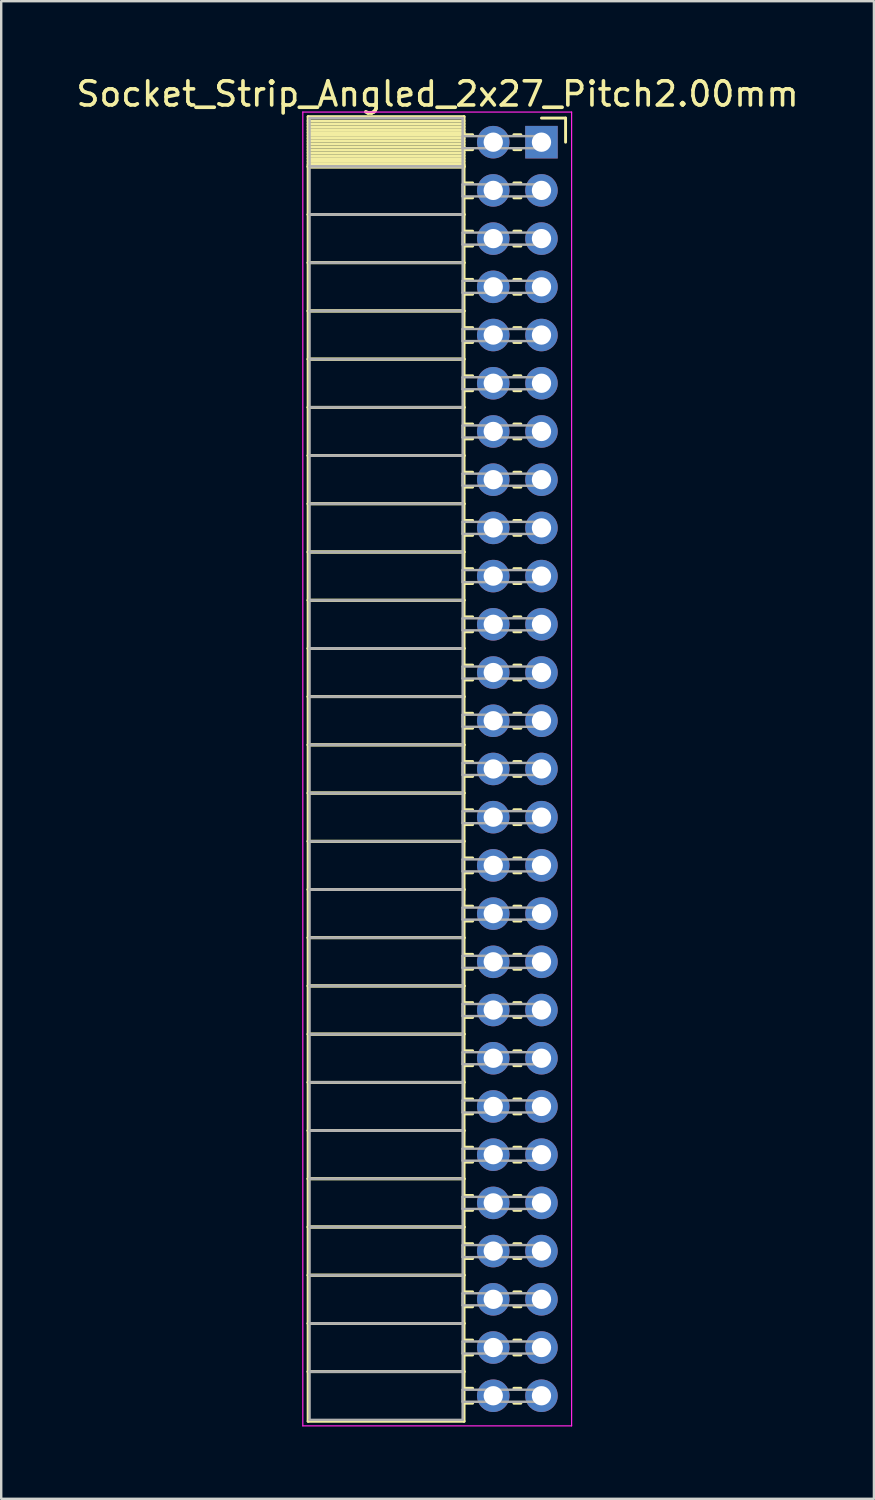
<source format=kicad_pcb>
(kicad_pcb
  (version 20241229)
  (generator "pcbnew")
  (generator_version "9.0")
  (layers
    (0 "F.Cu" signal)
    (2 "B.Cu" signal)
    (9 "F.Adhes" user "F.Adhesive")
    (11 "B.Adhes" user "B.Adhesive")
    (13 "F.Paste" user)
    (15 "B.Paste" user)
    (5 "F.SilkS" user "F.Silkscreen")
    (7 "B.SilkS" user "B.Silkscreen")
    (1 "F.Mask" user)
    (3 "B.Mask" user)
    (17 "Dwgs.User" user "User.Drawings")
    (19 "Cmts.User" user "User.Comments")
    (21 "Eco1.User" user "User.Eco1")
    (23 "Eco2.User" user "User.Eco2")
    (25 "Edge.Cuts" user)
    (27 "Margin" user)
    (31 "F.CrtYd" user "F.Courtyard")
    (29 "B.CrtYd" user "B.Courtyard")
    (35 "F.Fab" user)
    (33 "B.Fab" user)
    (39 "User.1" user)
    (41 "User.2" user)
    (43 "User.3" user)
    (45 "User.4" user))
  (footprint "Socket_Strip_Angled_2x27_Pitch2.00mm"
    (layer "F.Cu")
    (at 19.411 2.848)
    (property "Reference" "Socket_Strip_Angled_2x27_Pitch2.00mm" (at -4.31 -2 0) (layer "F.SilkS") (effects (font (size 1 1) (thickness 0.15))))
    (attr through_hole)
    (fp_line (start -9.68 -1.06) (end -3.21 -1.06) (stroke (width 0.12) (type solid)) (layer "F.SilkS"))
    (fp_line (start -9.68 1) (end -9.68 -1.06) (stroke (width 0.12) (type solid)) (layer "F.SilkS"))
    (fp_line (start -9.68 1) (end -3.21 1) (stroke (width 0.12) (type solid)) (layer "F.SilkS"))
    (fp_line (start -9.68 3) (end -9.68 1) (stroke (width 0.12) (type solid)) (layer "F.SilkS"))
    (fp_line (start -9.68 3) (end -3.21 3) (stroke (width 0.12) (type solid)) (layer "F.SilkS"))
    (fp_line (start -9.68 5) (end -9.68 3) (stroke (width 0.12) (type solid)) (layer "F.SilkS"))
    (fp_line (start -9.68 5) (end -3.21 5) (stroke (width 0.12) (type solid)) (layer "F.SilkS"))
    (fp_line (start -9.68 7) (end -9.68 5) (stroke (width 0.12) (type solid)) (layer "F.SilkS"))
    (fp_line (start -9.68 7) (end -3.21 7) (stroke (width 0.12) (type solid)) (layer "F.SilkS"))
    (fp_line (start -9.68 9) (end -9.68 7) (stroke (width 0.12) (type solid)) (layer "F.SilkS"))
    (fp_line (start -9.68 9) (end -3.21 9) (stroke (width 0.12) (type solid)) (layer "F.SilkS"))
    (fp_line (start -9.68 11) (end -9.68 9) (stroke (width 0.12) (type solid)) (layer "F.SilkS"))
    (fp_line (start -9.68 11) (end -3.21 11) (stroke (width 0.12) (type solid)) (layer "F.SilkS"))
    (fp_line (start -9.68 13) (end -9.68 11) (stroke (width 0.12) (type solid)) (layer "F.SilkS"))
    (fp_line (start -9.68 13) (end -3.21 13) (stroke (width 0.12) (type solid)) (layer "F.SilkS"))
    (fp_line (start -9.68 15) (end -9.68 13) (stroke (width 0.12) (type solid)) (layer "F.SilkS"))
    (fp_line (start -9.68 15) (end -3.21 15) (stroke (width 0.12) (type solid)) (layer "F.SilkS"))
    (fp_line (start -9.68 17) (end -9.68 15) (stroke (width 0.12) (type solid)) (layer "F.SilkS"))
    (fp_line (start -9.68 17) (end -3.21 17) (stroke (width 0.12) (type solid)) (layer "F.SilkS"))
    (fp_line (start -9.68 19) (end -9.68 17) (stroke (width 0.12) (type solid)) (layer "F.SilkS"))
    (fp_line (start -9.68 19) (end -3.21 19) (stroke (width 0.12) (type solid)) (layer "F.SilkS"))
    (fp_line (start -9.68 21) (end -9.68 19) (stroke (width 0.12) (type solid)) (layer "F.SilkS"))
    (fp_line (start -9.68 21) (end -3.21 21) (stroke (width 0.12) (type solid)) (layer "F.SilkS"))
    (fp_line (start -9.68 23) (end -9.68 21) (stroke (width 0.12) (type solid)) (layer "F.SilkS"))
    (fp_line (start -9.68 23) (end -3.21 23) (stroke (width 0.12) (type solid)) (layer "F.SilkS"))
    (fp_line (start -9.68 25) (end -9.68 23) (stroke (width 0.12) (type solid)) (layer "F.SilkS"))
    (fp_line (start -9.68 25) (end -3.21 25) (stroke (width 0.12) (type solid)) (layer "F.SilkS"))
    (fp_line (start -9.68 27) (end -9.68 25) (stroke (width 0.12) (type solid)) (layer "F.SilkS"))
    (fp_line (start -9.68 27) (end -3.21 27) (stroke (width 0.12) (type solid)) (layer "F.SilkS"))
    (fp_line (start -9.68 29) (end -9.68 27) (stroke (width 0.12) (type solid)) (layer "F.SilkS"))
    (fp_line (start -9.68 29) (end -3.21 29) (stroke (width 0.12) (type solid)) (layer "F.SilkS"))
    (fp_line (start -9.68 31) (end -9.68 29) (stroke (width 0.12) (type solid)) (layer "F.SilkS"))
    (fp_line (start -9.68 31) (end -3.21 31) (stroke (width 0.12) (type solid)) (layer "F.SilkS"))
    (fp_line (start -9.68 33) (end -9.68 31) (stroke (width 0.12) (type solid)) (layer "F.SilkS"))
    (fp_line (start -9.68 33) (end -3.21 33) (stroke (width 0.12) (type solid)) (layer "F.SilkS"))
    (fp_line (start -9.68 35) (end -9.68 33) (stroke (width 0.12) (type solid)) (layer "F.SilkS"))
    (fp_line (start -9.68 35) (end -3.21 35) (stroke (width 0.12) (type solid)) (layer "F.SilkS"))
    (fp_line (start -9.68 37) (end -9.68 35) (stroke (width 0.12) (type solid)) (layer "F.SilkS"))
    (fp_line (start -9.68 37) (end -3.21 37) (stroke (width 0.12) (type solid)) (layer "F.SilkS"))
    (fp_line (start -9.68 39) (end -9.68 37) (stroke (width 0.12) (type solid)) (layer "F.SilkS"))
    (fp_line (start -9.68 39) (end -3.21 39) (stroke (width 0.12) (type solid)) (layer "F.SilkS"))
    (fp_line (start -9.68 41) (end -9.68 39) (stroke (width 0.12) (type solid)) (layer "F.SilkS"))
    (fp_line (start -9.68 41) (end -3.21 41) (stroke (width 0.12) (type solid)) (layer "F.SilkS"))
    (fp_line (start -9.68 43) (end -9.68 41) (stroke (width 0.12) (type solid)) (layer "F.SilkS"))
    (fp_line (start -9.68 43) (end -3.21 43) (stroke (width 0.12) (type solid)) (layer "F.SilkS"))
    (fp_line (start -9.68 45) (end -9.68 43) (stroke (width 0.12) (type solid)) (layer "F.SilkS"))
    (fp_line (start -9.68 45) (end -3.21 45) (stroke (width 0.12) (type solid)) (layer "F.SilkS"))
    (fp_line (start -9.68 47) (end -9.68 45) (stroke (width 0.12) (type solid)) (layer "F.SilkS"))
    (fp_line (start -9.68 47) (end -3.21 47) (stroke (width 0.12) (type solid)) (layer "F.SilkS"))
    (fp_line (start -9.68 49) (end -9.68 47) (stroke (width 0.12) (type solid)) (layer "F.SilkS"))
    (fp_line (start -9.68 49) (end -3.21 49) (stroke (width 0.12) (type solid)) (layer "F.SilkS"))
    (fp_line (start -9.68 51) (end -9.68 49) (stroke (width 0.12) (type solid)) (layer "F.SilkS"))
    (fp_line (start -9.68 51) (end -3.21 51) (stroke (width 0.12) (type solid)) (layer "F.SilkS"))
    (fp_line (start -9.68 53.06) (end -9.68 51) (stroke (width 0.12) (type solid)) (layer "F.SilkS"))
    (fp_line (start -3.21 -1.06) (end -3.21 1) (stroke (width 0.12) (type solid)) (layer "F.SilkS"))
    (fp_line (start -3.21 -0.88) (end -9.68 -0.88) (stroke (width 0.12) (type solid)) (layer "F.SilkS"))
    (fp_line (start -3.21 -0.76) (end -9.68 -0.76) (stroke (width 0.12) (type solid)) (layer "F.SilkS"))
    (fp_line (start -3.21 -0.64) (end -9.68 -0.64) (stroke (width 0.12) (type solid)) (layer "F.SilkS"))
    (fp_line (start -3.21 -0.52) (end -9.68 -0.52) (stroke (width 0.12) (type solid)) (layer "F.SilkS"))
    (fp_line (start -3.21 -0.4) (end -9.68 -0.4) (stroke (width 0.12) (type solid)) (layer "F.SilkS"))
    (fp_line (start -3.21 -0.28) (end -9.68 -0.28) (stroke (width 0.12) (type solid)) (layer "F.SilkS"))
    (fp_line (start -3.21 -0.16) (end -9.68 -0.16) (stroke (width 0.12) (type solid)) (layer "F.SilkS"))
    (fp_line (start -3.21 -0.04) (end -9.68 -0.04) (stroke (width 0.12) (type solid)) (layer "F.SilkS"))
    (fp_line (start -3.21 0.08) (end -9.68 0.08) (stroke (width 0.12) (type solid)) (layer "F.SilkS"))
    (fp_line (start -3.21 0.2) (end -9.68 0.2) (stroke (width 0.12) (type solid)) (layer "F.SilkS"))
    (fp_line (start -3.21 0.32) (end -9.68 0.32) (stroke (width 0.12) (type solid)) (layer "F.SilkS"))
    (fp_line (start -3.21 0.44) (end -9.68 0.44) (stroke (width 0.12) (type solid)) (layer "F.SilkS"))
    (fp_line (start -3.21 0.56) (end -9.68 0.56) (stroke (width 0.12) (type solid)) (layer "F.SilkS"))
    (fp_line (start -3.21 0.68) (end -9.68 0.68) (stroke (width 0.12) (type solid)) (layer "F.SilkS"))
    (fp_line (start -3.21 0.8) (end -9.68 0.8) (stroke (width 0.12) (type solid)) (layer "F.SilkS"))
    (fp_line (start -3.21 0.92) (end -9.68 0.92) (stroke (width 0.12) (type solid)) (layer "F.SilkS"))
    (fp_line (start -3.21 1) (end -9.68 1) (stroke (width 0.12) (type solid)) (layer "F.SilkS"))
    (fp_line (start -3.21 1) (end -3.21 3) (stroke (width 0.12) (type solid)) (layer "F.SilkS"))
    (fp_line (start -3.21 1.04) (end -9.68 1.04) (stroke (width 0.12) (type solid)) (layer "F.SilkS"))
    (fp_line (start -3.21 3) (end -9.68 3) (stroke (width 0.12) (type solid)) (layer "F.SilkS"))
    (fp_line (start -3.21 3) (end -3.21 5) (stroke (width 0.12) (type solid)) (layer "F.SilkS"))
    (fp_line (start -3.21 5) (end -9.68 5) (stroke (width 0.12) (type solid)) (layer "F.SilkS"))
    (fp_line (start -3.21 5) (end -3.21 7) (stroke (width 0.12) (type solid)) (layer "F.SilkS"))
    (fp_line (start -3.21 7) (end -9.68 7) (stroke (width 0.12) (type solid)) (layer "F.SilkS"))
    (fp_line (start -3.21 7) (end -3.21 9) (stroke (width 0.12) (type solid)) (layer "F.SilkS"))
    (fp_line (start -3.21 9) (end -9.68 9) (stroke (width 0.12) (type solid)) (layer "F.SilkS"))
    (fp_line (start -3.21 9) (end -3.21 11) (stroke (width 0.12) (type solid)) (layer "F.SilkS"))
    (fp_line (start -3.21 11) (end -9.68 11) (stroke (width 0.12) (type solid)) (layer "F.SilkS"))
    (fp_line (start -3.21 11) (end -3.21 13) (stroke (width 0.12) (type solid)) (layer "F.SilkS"))
    (fp_line (start -3.21 13) (end -9.68 13) (stroke (width 0.12) (type solid)) (layer "F.SilkS"))
    (fp_line (start -3.21 13) (end -3.21 15) (stroke (width 0.12) (type solid)) (layer "F.SilkS"))
    (fp_line (start -3.21 15) (end -9.68 15) (stroke (width 0.12) (type solid)) (layer "F.SilkS"))
    (fp_line (start -3.21 15) (end -3.21 17) (stroke (width 0.12) (type solid)) (layer "F.SilkS"))
    (fp_line (start -3.21 17) (end -9.68 17) (stroke (width 0.12) (type solid)) (layer "F.SilkS"))
    (fp_line (start -3.21 17) (end -3.21 19) (stroke (width 0.12) (type solid)) (layer "F.SilkS"))
    (fp_line (start -3.21 19) (end -9.68 19) (stroke (width 0.12) (type solid)) (layer "F.SilkS"))
    (fp_line (start -3.21 19) (end -3.21 21) (stroke (width 0.12) (type solid)) (layer "F.SilkS"))
    (fp_line (start -3.21 21) (end -9.68 21) (stroke (width 0.12) (type solid)) (layer "F.SilkS"))
    (fp_line (start -3.21 21) (end -3.21 23) (stroke (width 0.12) (type solid)) (layer "F.SilkS"))
    (fp_line (start -3.21 23) (end -9.68 23) (stroke (width 0.12) (type solid)) (layer "F.SilkS"))
    (fp_line (start -3.21 23) (end -3.21 25) (stroke (width 0.12) (type solid)) (layer "F.SilkS"))
    (fp_line (start -3.21 25) (end -9.68 25) (stroke (width 0.12) (type solid)) (layer "F.SilkS"))
    (fp_line (start -3.21 25) (end -3.21 27) (stroke (width 0.12) (type solid)) (layer "F.SilkS"))
    (fp_line (start -3.21 27) (end -9.68 27) (stroke (width 0.12) (type solid)) (layer "F.SilkS"))
    (fp_line (start -3.21 27) (end -3.21 29) (stroke (width 0.12) (type solid)) (layer "F.SilkS"))
    (fp_line (start -3.21 29) (end -9.68 29) (stroke (width 0.12) (type solid)) (layer "F.SilkS"))
    (fp_line (start -3.21 29) (end -3.21 31) (stroke (width 0.12) (type solid)) (layer "F.SilkS"))
    (fp_line (start -3.21 31) (end -9.68 31) (stroke (width 0.12) (type solid)) (layer "F.SilkS"))
    (fp_line (start -3.21 31) (end -3.21 33) (stroke (width 0.12) (type solid)) (layer "F.SilkS"))
    (fp_line (start -3.21 33) (end -9.68 33) (stroke (width 0.12) (type solid)) (layer "F.SilkS"))
    (fp_line (start -3.21 33) (end -3.21 35) (stroke (width 0.12) (type solid)) (layer "F.SilkS"))
    (fp_line (start -3.21 35) (end -9.68 35) (stroke (width 0.12) (type solid)) (layer "F.SilkS"))
    (fp_line (start -3.21 35) (end -3.21 37) (stroke (width 0.12) (type solid)) (layer "F.SilkS"))
    (fp_line (start -3.21 37) (end -9.68 37) (stroke (width 0.12) (type solid)) (layer "F.SilkS"))
    (fp_line (start -3.21 37) (end -3.21 39) (stroke (width 0.12) (type solid)) (layer "F.SilkS"))
    (fp_line (start -3.21 39) (end -9.68 39) (stroke (width 0.12) (type solid)) (layer "F.SilkS"))
    (fp_line (start -3.21 39) (end -3.21 41) (stroke (width 0.12) (type solid)) (layer "F.SilkS"))
    (fp_line (start -3.21 41) (end -9.68 41) (stroke (width 0.12) (type solid)) (layer "F.SilkS"))
    (fp_line (start -3.21 41) (end -3.21 43) (stroke (width 0.12) (type solid)) (layer "F.SilkS"))
    (fp_line (start -3.21 43) (end -9.68 43) (stroke (width 0.12) (type solid)) (layer "F.SilkS"))
    (fp_line (start -3.21 43) (end -3.21 45) (stroke (width 0.12) (type solid)) (layer "F.SilkS"))
    (fp_line (start -3.21 45) (end -9.68 45) (stroke (width 0.12) (type solid)) (layer "F.SilkS"))
    (fp_line (start -3.21 45) (end -3.21 47) (stroke (width 0.12) (type solid)) (layer "F.SilkS"))
    (fp_line (start -3.21 47) (end -9.68 47) (stroke (width 0.12) (type solid)) (layer "F.SilkS"))
    (fp_line (start -3.21 47) (end -3.21 49) (stroke (width 0.12) (type solid)) (layer "F.SilkS"))
    (fp_line (start -3.21 49) (end -9.68 49) (stroke (width 0.12) (type solid)) (layer "F.SilkS"))
    (fp_line (start -3.21 49) (end -3.21 51) (stroke (width 0.12) (type solid)) (layer "F.SilkS"))
    (fp_line (start -3.21 51) (end -9.68 51) (stroke (width 0.12) (type solid)) (layer "F.SilkS"))
    (fp_line (start -3.21 51) (end -3.21 53.06) (stroke (width 0.12) (type solid)) (layer "F.SilkS"))
    (fp_line (start -3.21 53.06) (end -9.68 53.06) (stroke (width 0.12) (type solid)) (layer "F.SilkS"))
    (fp_line (start -2.855 -0.31) (end -3.21 -0.31) (stroke (width 0.12) (type solid)) (layer "F.SilkS"))
    (fp_line (start -2.855 0.31) (end -3.21 0.31) (stroke (width 0.12) (type solid)) (layer "F.SilkS"))
    (fp_line (start -2.855 1.69) (end -3.21 1.69) (stroke (width 0.12) (type solid)) (layer "F.SilkS"))
    (fp_line (start -2.855 2.31) (end -3.21 2.31) (stroke (width 0.12) (type solid)) (layer "F.SilkS"))
    (fp_line (start -2.855 3.69) (end -3.21 3.69) (stroke (width 0.12) (type solid)) (layer "F.SilkS"))
    (fp_line (start -2.855 4.31) (end -3.21 4.31) (stroke (width 0.12) (type solid)) (layer "F.SilkS"))
    (fp_line (start -2.855 5.69) (end -3.21 5.69) (stroke (width 0.12) (type solid)) (layer "F.SilkS"))
    (fp_line (start -2.855 6.31) (end -3.21 6.31) (stroke (width 0.12) (type solid)) (layer "F.SilkS"))
    (fp_line (start -2.855 7.69) (end -3.21 7.69) (stroke (width 0.12) (type solid)) (layer "F.SilkS"))
    (fp_line (start -2.855 8.31) (end -3.21 8.31) (stroke (width 0.12) (type solid)) (layer "F.SilkS"))
    (fp_line (start -2.855 9.69) (end -3.21 9.69) (stroke (width 0.12) (type solid)) (layer "F.SilkS"))
    (fp_line (start -2.855 10.31) (end -3.21 10.31) (stroke (width 0.12) (type solid)) (layer "F.SilkS"))
    (fp_line (start -2.855 11.69) (end -3.21 11.69) (stroke (width 0.12) (type solid)) (layer "F.SilkS"))
    (fp_line (start -2.855 12.31) (end -3.21 12.31) (stroke (width 0.12) (type solid)) (layer "F.SilkS"))
    (fp_line (start -2.855 13.69) (end -3.21 13.69) (stroke (width 0.12) (type solid)) (layer "F.SilkS"))
    (fp_line (start -2.855 14.31) (end -3.21 14.31) (stroke (width 0.12) (type solid)) (layer "F.SilkS"))
    (fp_line (start -2.855 15.69) (end -3.21 15.69) (stroke (width 0.12) (type solid)) (layer "F.SilkS"))
    (fp_line (start -2.855 16.31) (end -3.21 16.31) (stroke (width 0.12) (type solid)) (layer "F.SilkS"))
    (fp_line (start -2.855 17.69) (end -3.21 17.69) (stroke (width 0.12) (type solid)) (layer "F.SilkS"))
    (fp_line (start -2.855 18.31) (end -3.21 18.31) (stroke (width 0.12) (type solid)) (layer "F.SilkS"))
    (fp_line (start -2.855 19.69) (end -3.21 19.69) (stroke (width 0.12) (type solid)) (layer "F.SilkS"))
    (fp_line (start -2.855 20.31) (end -3.21 20.31) (stroke (width 0.12) (type solid)) (layer "F.SilkS"))
    (fp_line (start -2.855 21.69) (end -3.21 21.69) (stroke (width 0.12) (type solid)) (layer "F.SilkS"))
    (fp_line (start -2.855 22.31) (end -3.21 22.31) (stroke (width 0.12) (type solid)) (layer "F.SilkS"))
    (fp_line (start -2.855 23.69) (end -3.21 23.69) (stroke (width 0.12) (type solid)) (layer "F.SilkS"))
    (fp_line (start -2.855 24.31) (end -3.21 24.31) (stroke (width 0.12) (type solid)) (layer "F.SilkS"))
    (fp_line (start -2.855 25.69) (end -3.21 25.69) (stroke (width 0.12) (type solid)) (layer "F.SilkS"))
    (fp_line (start -2.855 26.31) (end -3.21 26.31) (stroke (width 0.12) (type solid)) (layer "F.SilkS"))
    (fp_line (start -2.855 27.69) (end -3.21 27.69) (stroke (width 0.12) (type solid)) (layer "F.SilkS"))
    (fp_line (start -2.855 28.31) (end -3.21 28.31) (stroke (width 0.12) (type solid)) (layer "F.SilkS"))
    (fp_line (start -2.855 29.69) (end -3.21 29.69) (stroke (width 0.12) (type solid)) (layer "F.SilkS"))
    (fp_line (start -2.855 30.31) (end -3.21 30.31) (stroke (width 0.12) (type solid)) (layer "F.SilkS"))
    (fp_line (start -2.855 31.69) (end -3.21 31.69) (stroke (width 0.12) (type solid)) (layer "F.SilkS"))
    (fp_line (start -2.855 32.31) (end -3.21 32.31) (stroke (width 0.12) (type solid)) (layer "F.SilkS"))
    (fp_line (start -2.855 33.69) (end -3.21 33.69) (stroke (width 0.12) (type solid)) (layer "F.SilkS"))
    (fp_line (start -2.855 34.31) (end -3.21 34.31) (stroke (width 0.12) (type solid)) (layer "F.SilkS"))
    (fp_line (start -2.855 35.69) (end -3.21 35.69) (stroke (width 0.12) (type solid)) (layer "F.SilkS"))
    (fp_line (start -2.855 36.31) (end -3.21 36.31) (stroke (width 0.12) (type solid)) (layer "F.SilkS"))
    (fp_line (start -2.855 37.69) (end -3.21 37.69) (stroke (width 0.12) (type solid)) (layer "F.SilkS"))
    (fp_line (start -2.855 38.31) (end -3.21 38.31) (stroke (width 0.12) (type solid)) (layer "F.SilkS"))
    (fp_line (start -2.855 39.69) (end -3.21 39.69) (stroke (width 0.12) (type solid)) (layer "F.SilkS"))
    (fp_line (start -2.855 40.31) (end -3.21 40.31) (stroke (width 0.12) (type solid)) (layer "F.SilkS"))
    (fp_line (start -2.855 41.69) (end -3.21 41.69) (stroke (width 0.12) (type solid)) (layer "F.SilkS"))
    (fp_line (start -2.855 42.31) (end -3.21 42.31) (stroke (width 0.12) (type solid)) (layer "F.SilkS"))
    (fp_line (start -2.855 43.69) (end -3.21 43.69) (stroke (width 0.12) (type solid)) (layer "F.SilkS"))
    (fp_line (start -2.855 44.31) (end -3.21 44.31) (stroke (width 0.12) (type solid)) (layer "F.SilkS"))
    (fp_line (start -2.855 45.69) (end -3.21 45.69) (stroke (width 0.12) (type solid)) (layer "F.SilkS"))
    (fp_line (start -2.855 46.31) (end -3.21 46.31) (stroke (width 0.12) (type solid)) (layer "F.SilkS"))
    (fp_line (start -2.855 47.69) (end -3.21 47.69) (stroke (width 0.12) (type solid)) (layer "F.SilkS"))
    (fp_line (start -2.855 48.31) (end -3.21 48.31) (stroke (width 0.12) (type solid)) (layer "F.SilkS"))
    (fp_line (start -2.855 49.69) (end -3.21 49.69) (stroke (width 0.12) (type solid)) (layer "F.SilkS"))
    (fp_line (start -2.855 50.31) (end -3.21 50.31) (stroke (width 0.12) (type solid)) (layer "F.SilkS"))
    (fp_line (start -2.855 51.69) (end -3.21 51.69) (stroke (width 0.12) (type solid)) (layer "F.SilkS"))
    (fp_line (start -2.855 52.31) (end -3.21 52.31) (stroke (width 0.12) (type solid)) (layer "F.SilkS"))
    (fp_line (start -0.855 -0.31) (end -1.145 -0.31) (stroke (width 0.12) (type solid)) (layer "F.SilkS"))
    (fp_line (start -0.855 0.31) (end -1.145 0.31) (stroke (width 0.12) (type solid)) (layer "F.SilkS"))
    (fp_line (start -0.855 1.69) (end -1.145 1.69) (stroke (width 0.12) (type solid)) (layer "F.SilkS"))
    (fp_line (start -0.855 2.31) (end -1.145 2.31) (stroke (width 0.12) (type solid)) (layer "F.SilkS"))
    (fp_line (start -0.855 3.69) (end -1.145 3.69) (stroke (width 0.12) (type solid)) (layer "F.SilkS"))
    (fp_line (start -0.855 4.31) (end -1.145 4.31) (stroke (width 0.12) (type solid)) (layer "F.SilkS"))
    (fp_line (start -0.855 5.69) (end -1.145 5.69) (stroke (width 0.12) (type solid)) (layer "F.SilkS"))
    (fp_line (start -0.855 6.31) (end -1.145 6.31) (stroke (width 0.12) (type solid)) (layer "F.SilkS"))
    (fp_line (start -0.855 7.69) (end -1.145 7.69) (stroke (width 0.12) (type solid)) (layer "F.SilkS"))
    (fp_line (start -0.855 8.31) (end -1.145 8.31) (stroke (width 0.12) (type solid)) (layer "F.SilkS"))
    (fp_line (start -0.855 9.69) (end -1.145 9.69) (stroke (width 0.12) (type solid)) (layer "F.SilkS"))
    (fp_line (start -0.855 10.31) (end -1.145 10.31) (stroke (width 0.12) (type solid)) (layer "F.SilkS"))
    (fp_line (start -0.855 11.69) (end -1.145 11.69) (stroke (width 0.12) (type solid)) (layer "F.SilkS"))
    (fp_line (start -0.855 12.31) (end -1.145 12.31) (stroke (width 0.12) (type solid)) (layer "F.SilkS"))
    (fp_line (start -0.855 13.69) (end -1.145 13.69) (stroke (width 0.12) (type solid)) (layer "F.SilkS"))
    (fp_line (start -0.855 14.31) (end -1.145 14.31) (stroke (width 0.12) (type solid)) (layer "F.SilkS"))
    (fp_line (start -0.855 15.69) (end -1.145 15.69) (stroke (width 0.12) (type solid)) (layer "F.SilkS"))
    (fp_line (start -0.855 16.31) (end -1.145 16.31) (stroke (width 0.12) (type solid)) (layer "F.SilkS"))
    (fp_line (start -0.855 17.69) (end -1.145 17.69) (stroke (width 0.12) (type solid)) (layer "F.SilkS"))
    (fp_line (start -0.855 18.31) (end -1.145 18.31) (stroke (width 0.12) (type solid)) (layer "F.SilkS"))
    (fp_line (start -0.855 19.69) (end -1.145 19.69) (stroke (width 0.12) (type solid)) (layer "F.SilkS"))
    (fp_line (start -0.855 20.31) (end -1.145 20.31) (stroke (width 0.12) (type solid)) (layer "F.SilkS"))
    (fp_line (start -0.855 21.69) (end -1.145 21.69) (stroke (width 0.12) (type solid)) (layer "F.SilkS"))
    (fp_line (start -0.855 22.31) (end -1.145 22.31) (stroke (width 0.12) (type solid)) (layer "F.SilkS"))
    (fp_line (start -0.855 23.69) (end -1.145 23.69) (stroke (width 0.12) (type solid)) (layer "F.SilkS"))
    (fp_line (start -0.855 24.31) (end -1.145 24.31) (stroke (width 0.12) (type solid)) (layer "F.SilkS"))
    (fp_line (start -0.855 25.69) (end -1.145 25.69) (stroke (width 0.12) (type solid)) (layer "F.SilkS"))
    (fp_line (start -0.855 26.31) (end -1.145 26.31) (stroke (width 0.12) (type solid)) (layer "F.SilkS"))
    (fp_line (start -0.855 27.69) (end -1.145 27.69) (stroke (width 0.12) (type solid)) (layer "F.SilkS"))
    (fp_line (start -0.855 28.31) (end -1.145 28.31) (stroke (width 0.12) (type solid)) (layer "F.SilkS"))
    (fp_line (start -0.855 29.69) (end -1.145 29.69) (stroke (width 0.12) (type solid)) (layer "F.SilkS"))
    (fp_line (start -0.855 30.31) (end -1.145 30.31) (stroke (width 0.12) (type solid)) (layer "F.SilkS"))
    (fp_line (start -0.855 31.69) (end -1.145 31.69) (stroke (width 0.12) (type solid)) (layer "F.SilkS"))
    (fp_line (start -0.855 32.31) (end -1.145 32.31) (stroke (width 0.12) (type solid)) (layer "F.SilkS"))
    (fp_line (start -0.855 33.69) (end -1.145 33.69) (stroke (width 0.12) (type solid)) (layer "F.SilkS"))
    (fp_line (start -0.855 34.31) (end -1.145 34.31) (stroke (width 0.12) (type solid)) (layer "F.SilkS"))
    (fp_line (start -0.855 35.69) (end -1.145 35.69) (stroke (width 0.12) (type solid)) (layer "F.SilkS"))
    (fp_line (start -0.855 36.31) (end -1.145 36.31) (stroke (width 0.12) (type solid)) (layer "F.SilkS"))
    (fp_line (start -0.855 37.69) (end -1.145 37.69) (stroke (width 0.12) (type solid)) (layer "F.SilkS"))
    (fp_line (start -0.855 38.31) (end -1.145 38.31) (stroke (width 0.12) (type solid)) (layer "F.SilkS"))
    (fp_line (start -0.855 39.69) (end -1.145 39.69) (stroke (width 0.12) (type solid)) (layer "F.SilkS"))
    (fp_line (start -0.855 40.31) (end -1.145 40.31) (stroke (width 0.12) (type solid)) (layer "F.SilkS"))
    (fp_line (start -0.855 41.69) (end -1.145 41.69) (stroke (width 0.12) (type solid)) (layer "F.SilkS"))
    (fp_line (start -0.855 42.31) (end -1.145 42.31) (stroke (width 0.12) (type solid)) (layer "F.SilkS"))
    (fp_line (start -0.855 43.69) (end -1.145 43.69) (stroke (width 0.12) (type solid)) (layer "F.SilkS"))
    (fp_line (start -0.855 44.31) (end -1.145 44.31) (stroke (width 0.12) (type solid)) (layer "F.SilkS"))
    (fp_line (start -0.855 45.69) (end -1.145 45.69) (stroke (width 0.12) (type solid)) (layer "F.SilkS"))
    (fp_line (start -0.855 46.31) (end -1.145 46.31) (stroke (width 0.12) (type solid)) (layer "F.SilkS"))
    (fp_line (start -0.855 47.69) (end -1.145 47.69) (stroke (width 0.12) (type solid)) (layer "F.SilkS"))
    (fp_line (start -0.855 48.31) (end -1.145 48.31) (stroke (width 0.12) (type solid)) (layer "F.SilkS"))
    (fp_line (start -0.855 49.69) (end -1.145 49.69) (stroke (width 0.12) (type solid)) (layer "F.SilkS"))
    (fp_line (start -0.855 50.31) (end -1.145 50.31) (stroke (width 0.12) (type solid)) (layer "F.SilkS"))
    (fp_line (start -0.855 51.69) (end -1.145 51.69) (stroke (width 0.12) (type solid)) (layer "F.SilkS"))
    (fp_line (start -0.855 52.31) (end -1.145 52.31) (stroke (width 0.12) (type solid)) (layer "F.SilkS"))
    (fp_line (start 0 -1) (end 1 -1) (stroke (width 0.12) (type solid)) (layer "F.SilkS"))
    (fp_line (start 1 -1) (end 1 0) (stroke (width 0.12) (type solid)) (layer "F.SilkS"))
    (fp_line (start -9.9 -1.25) (end 1.25 -1.25) (stroke (width 0.05) (type solid)) (layer "F.CrtYd"))
    (fp_line (start -9.9 53.25) (end -9.9 -1.25) (stroke (width 0.05) (type solid)) (layer "F.CrtYd"))
    (fp_line (start 1.25 -1.25) (end 1.25 53.25) (stroke (width 0.05) (type solid)) (layer "F.CrtYd"))
    (fp_line (start 1.25 53.25) (end -9.9 53.25) (stroke (width 0.05) (type solid)) (layer "F.CrtYd"))
    (fp_line (start -9.62 -1) (end -3.27 -1) (stroke (width 0.1) (type solid)) (layer "F.Fab"))
    (fp_line (start -9.62 1) (end -9.62 -1) (stroke (width 0.1) (type solid)) (layer "F.Fab"))
    (fp_line (start -9.62 1) (end -3.27 1) (stroke (width 0.1) (type solid)) (layer "F.Fab"))
    (fp_line (start -9.62 3) (end -9.62 1) (stroke (width 0.1) (type solid)) (layer "F.Fab"))
    (fp_line (start -9.62 3) (end -3.27 3) (stroke (width 0.1) (type solid)) (layer "F.Fab"))
    (fp_line (start -9.62 5) (end -9.62 3) (stroke (width 0.1) (type solid)) (layer "F.Fab"))
    (fp_line (start -9.62 5) (end -3.27 5) (stroke (width 0.1) (type solid)) (layer "F.Fab"))
    (fp_line (start -9.62 7) (end -9.62 5) (stroke (width 0.1) (type solid)) (layer "F.Fab"))
    (fp_line (start -9.62 7) (end -3.27 7) (stroke (width 0.1) (type solid)) (layer "F.Fab"))
    (fp_line (start -9.62 9) (end -9.62 7) (stroke (width 0.1) (type solid)) (layer "F.Fab"))
    (fp_line (start -9.62 9) (end -3.27 9) (stroke (width 0.1) (type solid)) (layer "F.Fab"))
    (fp_line (start -9.62 11) (end -9.62 9) (stroke (width 0.1) (type solid)) (layer "F.Fab"))
    (fp_line (start -9.62 11) (end -3.27 11) (stroke (width 0.1) (type solid)) (layer "F.Fab"))
    (fp_line (start -9.62 13) (end -9.62 11) (stroke (width 0.1) (type solid)) (layer "F.Fab"))
    (fp_line (start -9.62 13) (end -3.27 13) (stroke (width 0.1) (type solid)) (layer "F.Fab"))
    (fp_line (start -9.62 15) (end -9.62 13) (stroke (width 0.1) (type solid)) (layer "F.Fab"))
    (fp_line (start -9.62 15) (end -3.27 15) (stroke (width 0.1) (type solid)) (layer "F.Fab"))
    (fp_line (start -9.62 17) (end -9.62 15) (stroke (width 0.1) (type solid)) (layer "F.Fab"))
    (fp_line (start -9.62 17) (end -3.27 17) (stroke (width 0.1) (type solid)) (layer "F.Fab"))
    (fp_line (start -9.62 19) (end -9.62 17) (stroke (width 0.1) (type solid)) (layer "F.Fab"))
    (fp_line (start -9.62 19) (end -3.27 19) (stroke (width 0.1) (type solid)) (layer "F.Fab"))
    (fp_line (start -9.62 21) (end -9.62 19) (stroke (width 0.1) (type solid)) (layer "F.Fab"))
    (fp_line (start -9.62 21) (end -3.27 21) (stroke (width 0.1) (type solid)) (layer "F.Fab"))
    (fp_line (start -9.62 23) (end -9.62 21) (stroke (width 0.1) (type solid)) (layer "F.Fab"))
    (fp_line (start -9.62 23) (end -3.27 23) (stroke (width 0.1) (type solid)) (layer "F.Fab"))
    (fp_line (start -9.62 25) (end -9.62 23) (stroke (width 0.1) (type solid)) (layer "F.Fab"))
    (fp_line (start -9.62 25) (end -3.27 25) (stroke (width 0.1) (type solid)) (layer "F.Fab"))
    (fp_line (start -9.62 27) (end -9.62 25) (stroke (width 0.1) (type solid)) (layer "F.Fab"))
    (fp_line (start -9.62 27) (end -3.27 27) (stroke (width 0.1) (type solid)) (layer "F.Fab"))
    (fp_line (start -9.62 29) (end -9.62 27) (stroke (width 0.1) (type solid)) (layer "F.Fab"))
    (fp_line (start -9.62 29) (end -3.27 29) (stroke (width 0.1) (type solid)) (layer "F.Fab"))
    (fp_line (start -9.62 31) (end -9.62 29) (stroke (width 0.1) (type solid)) (layer "F.Fab"))
    (fp_line (start -9.62 31) (end -3.27 31) (stroke (width 0.1) (type solid)) (layer "F.Fab"))
    (fp_line (start -9.62 33) (end -9.62 31) (stroke (width 0.1) (type solid)) (layer "F.Fab"))
    (fp_line (start -9.62 33) (end -3.27 33) (stroke (width 0.1) (type solid)) (layer "F.Fab"))
    (fp_line (start -9.62 35) (end -9.62 33) (stroke (width 0.1) (type solid)) (layer "F.Fab"))
    (fp_line (start -9.62 35) (end -3.27 35) (stroke (width 0.1) (type solid)) (layer "F.Fab"))
    (fp_line (start -9.62 37) (end -9.62 35) (stroke (width 0.1) (type solid)) (layer "F.Fab"))
    (fp_line (start -9.62 37) (end -3.27 37) (stroke (width 0.1) (type solid)) (layer "F.Fab"))
    (fp_line (start -9.62 39) (end -9.62 37) (stroke (width 0.1) (type solid)) (layer "F.Fab"))
    (fp_line (start -9.62 39) (end -3.27 39) (stroke (width 0.1) (type solid)) (layer "F.Fab"))
    (fp_line (start -9.62 41) (end -9.62 39) (stroke (width 0.1) (type solid)) (layer "F.Fab"))
    (fp_line (start -9.62 41) (end -3.27 41) (stroke (width 0.1) (type solid)) (layer "F.Fab"))
    (fp_line (start -9.62 43) (end -9.62 41) (stroke (width 0.1) (type solid)) (layer "F.Fab"))
    (fp_line (start -9.62 43) (end -3.27 43) (stroke (width 0.1) (type solid)) (layer "F.Fab"))
    (fp_line (start -9.62 45) (end -9.62 43) (stroke (width 0.1) (type solid)) (layer "F.Fab"))
    (fp_line (start -9.62 45) (end -3.27 45) (stroke (width 0.1) (type solid)) (layer "F.Fab"))
    (fp_line (start -9.62 47) (end -9.62 45) (stroke (width 0.1) (type solid)) (layer "F.Fab"))
    (fp_line (start -9.62 47) (end -3.27 47) (stroke (width 0.1) (type solid)) (layer "F.Fab"))
    (fp_line (start -9.62 49) (end -9.62 47) (stroke (width 0.1) (type solid)) (layer "F.Fab"))
    (fp_line (start -9.62 49) (end -3.27 49) (stroke (width 0.1) (type solid)) (layer "F.Fab"))
    (fp_line (start -9.62 51) (end -9.62 49) (stroke (width 0.1) (type solid)) (layer "F.Fab"))
    (fp_line (start -9.62 51) (end -3.27 51) (stroke (width 0.1) (type solid)) (layer "F.Fab"))
    (fp_line (start -9.62 53) (end -9.62 51) (stroke (width 0.1) (type solid)) (layer "F.Fab"))
    (fp_line (start -3.27 -1) (end -3.27 1) (stroke (width 0.1) (type solid)) (layer "F.Fab"))
    (fp_line (start -3.27 -0.25) (end 0 -0.25) (stroke (width 0.1) (type solid)) (layer "F.Fab"))
    (fp_line (start -3.27 0.25) (end -3.27 -0.25) (stroke (width 0.1) (type solid)) (layer "F.Fab"))
    (fp_line (start -3.27 1) (end -9.62 1) (stroke (width 0.1) (type solid)) (layer "F.Fab"))
    (fp_line (start -3.27 1) (end -3.27 3) (stroke (width 0.1) (type solid)) (layer "F.Fab"))
    (fp_line (start -3.27 1.75) (end 0 1.75) (stroke (width 0.1) (type solid)) (layer "F.Fab"))
    (fp_line (start -3.27 2.25) (end -3.27 1.75) (stroke (width 0.1) (type solid)) (layer "F.Fab"))
    (fp_line (start -3.27 3) (end -9.62 3) (stroke (width 0.1) (type solid)) (layer "F.Fab"))
    (fp_line (start -3.27 3) (end -3.27 5) (stroke (width 0.1) (type solid)) (layer "F.Fab"))
    (fp_line (start -3.27 3.75) (end 0 3.75) (stroke (width 0.1) (type solid)) (layer "F.Fab"))
    (fp_line (start -3.27 4.25) (end -3.27 3.75) (stroke (width 0.1) (type solid)) (layer "F.Fab"))
    (fp_line (start -3.27 5) (end -9.62 5) (stroke (width 0.1) (type solid)) (layer "F.Fab"))
    (fp_line (start -3.27 5) (end -3.27 7) (stroke (width 0.1) (type solid)) (layer "F.Fab"))
    (fp_line (start -3.27 5.75) (end 0 5.75) (stroke (width 0.1) (type solid)) (layer "F.Fab"))
    (fp_line (start -3.27 6.25) (end -3.27 5.75) (stroke (width 0.1) (type solid)) (layer "F.Fab"))
    (fp_line (start -3.27 7) (end -9.62 7) (stroke (width 0.1) (type solid)) (layer "F.Fab"))
    (fp_line (start -3.27 7) (end -3.27 9) (stroke (width 0.1) (type solid)) (layer "F.Fab"))
    (fp_line (start -3.27 7.75) (end 0 7.75) (stroke (width 0.1) (type solid)) (layer "F.Fab"))
    (fp_line (start -3.27 8.25) (end -3.27 7.75) (stroke (width 0.1) (type solid)) (layer "F.Fab"))
    (fp_line (start -3.27 9) (end -9.62 9) (stroke (width 0.1) (type solid)) (layer "F.Fab"))
    (fp_line (start -3.27 9) (end -3.27 11) (stroke (width 0.1) (type solid)) (layer "F.Fab"))
    (fp_line (start -3.27 9.75) (end 0 9.75) (stroke (width 0.1) (type solid)) (layer "F.Fab"))
    (fp_line (start -3.27 10.25) (end -3.27 9.75) (stroke (width 0.1) (type solid)) (layer "F.Fab"))
    (fp_line (start -3.27 11) (end -9.62 11) (stroke (width 0.1) (type solid)) (layer "F.Fab"))
    (fp_line (start -3.27 11) (end -3.27 13) (stroke (width 0.1) (type solid)) (layer "F.Fab"))
    (fp_line (start -3.27 11.75) (end 0 11.75) (stroke (width 0.1) (type solid)) (layer "F.Fab"))
    (fp_line (start -3.27 12.25) (end -3.27 11.75) (stroke (width 0.1) (type solid)) (layer "F.Fab"))
    (fp_line (start -3.27 13) (end -9.62 13) (stroke (width 0.1) (type solid)) (layer "F.Fab"))
    (fp_line (start -3.27 13) (end -3.27 15) (stroke (width 0.1) (type solid)) (layer "F.Fab"))
    (fp_line (start -3.27 13.75) (end 0 13.75) (stroke (width 0.1) (type solid)) (layer "F.Fab"))
    (fp_line (start -3.27 14.25) (end -3.27 13.75) (stroke (width 0.1) (type solid)) (layer "F.Fab"))
    (fp_line (start -3.27 15) (end -9.62 15) (stroke (width 0.1) (type solid)) (layer "F.Fab"))
    (fp_line (start -3.27 15) (end -3.27 17) (stroke (width 0.1) (type solid)) (layer "F.Fab"))
    (fp_line (start -3.27 15.75) (end 0 15.75) (stroke (width 0.1) (type solid)) (layer "F.Fab"))
    (fp_line (start -3.27 16.25) (end -3.27 15.75) (stroke (width 0.1) (type solid)) (layer "F.Fab"))
    (fp_line (start -3.27 17) (end -9.62 17) (stroke (width 0.1) (type solid)) (layer "F.Fab"))
    (fp_line (start -3.27 17) (end -3.27 19) (stroke (width 0.1) (type solid)) (layer "F.Fab"))
    (fp_line (start -3.27 17.75) (end 0 17.75) (stroke (width 0.1) (type solid)) (layer "F.Fab"))
    (fp_line (start -3.27 18.25) (end -3.27 17.75) (stroke (width 0.1) (type solid)) (layer "F.Fab"))
    (fp_line (start -3.27 19) (end -9.62 19) (stroke (width 0.1) (type solid)) (layer "F.Fab"))
    (fp_line (start -3.27 19) (end -3.27 21) (stroke (width 0.1) (type solid)) (layer "F.Fab"))
    (fp_line (start -3.27 19.75) (end 0 19.75) (stroke (width 0.1) (type solid)) (layer "F.Fab"))
    (fp_line (start -3.27 20.25) (end -3.27 19.75) (stroke (width 0.1) (type solid)) (layer "F.Fab"))
    (fp_line (start -3.27 21) (end -9.62 21) (stroke (width 0.1) (type solid)) (layer "F.Fab"))
    (fp_line (start -3.27 21) (end -3.27 23) (stroke (width 0.1) (type solid)) (layer "F.Fab"))
    (fp_line (start -3.27 21.75) (end 0 21.75) (stroke (width 0.1) (type solid)) (layer "F.Fab"))
    (fp_line (start -3.27 22.25) (end -3.27 21.75) (stroke (width 0.1) (type solid)) (layer "F.Fab"))
    (fp_line (start -3.27 23) (end -9.62 23) (stroke (width 0.1) (type solid)) (layer "F.Fab"))
    (fp_line (start -3.27 23) (end -3.27 25) (stroke (width 0.1) (type solid)) (layer "F.Fab"))
    (fp_line (start -3.27 23.75) (end 0 23.75) (stroke (width 0.1) (type solid)) (layer "F.Fab"))
    (fp_line (start -3.27 24.25) (end -3.27 23.75) (stroke (width 0.1) (type solid)) (layer "F.Fab"))
    (fp_line (start -3.27 25) (end -9.62 25) (stroke (width 0.1) (type solid)) (layer "F.Fab"))
    (fp_line (start -3.27 25) (end -3.27 27) (stroke (width 0.1) (type solid)) (layer "F.Fab"))
    (fp_line (start -3.27 25.75) (end 0 25.75) (stroke (width 0.1) (type solid)) (layer "F.Fab"))
    (fp_line (start -3.27 26.25) (end -3.27 25.75) (stroke (width 0.1) (type solid)) (layer "F.Fab"))
    (fp_line (start -3.27 27) (end -9.62 27) (stroke (width 0.1) (type solid)) (layer "F.Fab"))
    (fp_line (start -3.27 27) (end -3.27 29) (stroke (width 0.1) (type solid)) (layer "F.Fab"))
    (fp_line (start -3.27 27.75) (end 0 27.75) (stroke (width 0.1) (type solid)) (layer "F.Fab"))
    (fp_line (start -3.27 28.25) (end -3.27 27.75) (stroke (width 0.1) (type solid)) (layer "F.Fab"))
    (fp_line (start -3.27 29) (end -9.62 29) (stroke (width 0.1) (type solid)) (layer "F.Fab"))
    (fp_line (start -3.27 29) (end -3.27 31) (stroke (width 0.1) (type solid)) (layer "F.Fab"))
    (fp_line (start -3.27 29.75) (end 0 29.75) (stroke (width 0.1) (type solid)) (layer "F.Fab"))
    (fp_line (start -3.27 30.25) (end -3.27 29.75) (stroke (width 0.1) (type solid)) (layer "F.Fab"))
    (fp_line (start -3.27 31) (end -9.62 31) (stroke (width 0.1) (type solid)) (layer "F.Fab"))
    (fp_line (start -3.27 31) (end -3.27 33) (stroke (width 0.1) (type solid)) (layer "F.Fab"))
    (fp_line (start -3.27 31.75) (end 0 31.75) (stroke (width 0.1) (type solid)) (layer "F.Fab"))
    (fp_line (start -3.27 32.25) (end -3.27 31.75) (stroke (width 0.1) (type solid)) (layer "F.Fab"))
    (fp_line (start -3.27 33) (end -9.62 33) (stroke (width 0.1) (type solid)) (layer "F.Fab"))
    (fp_line (start -3.27 33) (end -3.27 35) (stroke (width 0.1) (type solid)) (layer "F.Fab"))
    (fp_line (start -3.27 33.75) (end 0 33.75) (stroke (width 0.1) (type solid)) (layer "F.Fab"))
    (fp_line (start -3.27 34.25) (end -3.27 33.75) (stroke (width 0.1) (type solid)) (layer "F.Fab"))
    (fp_line (start -3.27 35) (end -9.62 35) (stroke (width 0.1) (type solid)) (layer "F.Fab"))
    (fp_line (start -3.27 35) (end -3.27 37) (stroke (width 0.1) (type solid)) (layer "F.Fab"))
    (fp_line (start -3.27 35.75) (end 0 35.75) (stroke (width 0.1) (type solid)) (layer "F.Fab"))
    (fp_line (start -3.27 36.25) (end -3.27 35.75) (stroke (width 0.1) (type solid)) (layer "F.Fab"))
    (fp_line (start -3.27 37) (end -9.62 37) (stroke (width 0.1) (type solid)) (layer "F.Fab"))
    (fp_line (start -3.27 37) (end -3.27 39) (stroke (width 0.1) (type solid)) (layer "F.Fab"))
    (fp_line (start -3.27 37.75) (end 0 37.75) (stroke (width 0.1) (type solid)) (layer "F.Fab"))
    (fp_line (start -3.27 38.25) (end -3.27 37.75) (stroke (width 0.1) (type solid)) (layer "F.Fab"))
    (fp_line (start -3.27 39) (end -9.62 39) (stroke (width 0.1) (type solid)) (layer "F.Fab"))
    (fp_line (start -3.27 39) (end -3.27 41) (stroke (width 0.1) (type solid)) (layer "F.Fab"))
    (fp_line (start -3.27 39.75) (end 0 39.75) (stroke (width 0.1) (type solid)) (layer "F.Fab"))
    (fp_line (start -3.27 40.25) (end -3.27 39.75) (stroke (width 0.1) (type solid)) (layer "F.Fab"))
    (fp_line (start -3.27 41) (end -9.62 41) (stroke (width 0.1) (type solid)) (layer "F.Fab"))
    (fp_line (start -3.27 41) (end -3.27 43) (stroke (width 0.1) (type solid)) (layer "F.Fab"))
    (fp_line (start -3.27 41.75) (end 0 41.75) (stroke (width 0.1) (type solid)) (layer "F.Fab"))
    (fp_line (start -3.27 42.25) (end -3.27 41.75) (stroke (width 0.1) (type solid)) (layer "F.Fab"))
    (fp_line (start -3.27 43) (end -9.62 43) (stroke (width 0.1) (type solid)) (layer "F.Fab"))
    (fp_line (start -3.27 43) (end -3.27 45) (stroke (width 0.1) (type solid)) (layer "F.Fab"))
    (fp_line (start -3.27 43.75) (end 0 43.75) (stroke (width 0.1) (type solid)) (layer "F.Fab"))
    (fp_line (start -3.27 44.25) (end -3.27 43.75) (stroke (width 0.1) (type solid)) (layer "F.Fab"))
    (fp_line (start -3.27 45) (end -9.62 45) (stroke (width 0.1) (type solid)) (layer "F.Fab"))
    (fp_line (start -3.27 45) (end -3.27 47) (stroke (width 0.1) (type solid)) (layer "F.Fab"))
    (fp_line (start -3.27 45.75) (end 0 45.75) (stroke (width 0.1) (type solid)) (layer "F.Fab"))
    (fp_line (start -3.27 46.25) (end -3.27 45.75) (stroke (width 0.1) (type solid)) (layer "F.Fab"))
    (fp_line (start -3.27 47) (end -9.62 47) (stroke (width 0.1) (type solid)) (layer "F.Fab"))
    (fp_line (start -3.27 47) (end -3.27 49) (stroke (width 0.1) (type solid)) (layer "F.Fab"))
    (fp_line (start -3.27 47.75) (end 0 47.75) (stroke (width 0.1) (type solid)) (layer "F.Fab"))
    (fp_line (start -3.27 48.25) (end -3.27 47.75) (stroke (width 0.1) (type solid)) (layer "F.Fab"))
    (fp_line (start -3.27 49) (end -9.62 49) (stroke (width 0.1) (type solid)) (layer "F.Fab"))
    (fp_line (start -3.27 49) (end -3.27 51) (stroke (width 0.1) (type solid)) (layer "F.Fab"))
    (fp_line (start -3.27 49.75) (end 0 49.75) (stroke (width 0.1) (type solid)) (layer "F.Fab"))
    (fp_line (start -3.27 50.25) (end -3.27 49.75) (stroke (width 0.1) (type solid)) (layer "F.Fab"))
    (fp_line (start -3.27 51) (end -9.62 51) (stroke (width 0.1) (type solid)) (layer "F.Fab"))
    (fp_line (start -3.27 51) (end -3.27 53) (stroke (width 0.1) (type solid)) (layer "F.Fab"))
    (fp_line (start -3.27 51.75) (end 0 51.75) (stroke (width 0.1) (type solid)) (layer "F.Fab"))
    (fp_line (start -3.27 52.25) (end -3.27 51.75) (stroke (width 0.1) (type solid)) (layer "F.Fab"))
    (fp_line (start -3.27 53) (end -9.62 53) (stroke (width 0.1) (type solid)) (layer "F.Fab"))
    (fp_line (start 0 -0.25) (end 0 0.25) (stroke (width 0.1) (type solid)) (layer "F.Fab"))
    (fp_line (start 0 0.25) (end -3.27 0.25) (stroke (width 0.1) (type solid)) (layer "F.Fab"))
    (fp_line (start 0 1.75) (end 0 2.25) (stroke (width 0.1) (type solid)) (layer "F.Fab"))
    (fp_line (start 0 2.25) (end -3.27 2.25) (stroke (width 0.1) (type solid)) (layer "F.Fab"))
    (fp_line (start 0 3.75) (end 0 4.25) (stroke (width 0.1) (type solid)) (layer "F.Fab"))
    (fp_line (start 0 4.25) (end -3.27 4.25) (stroke (width 0.1) (type solid)) (layer "F.Fab"))
    (fp_line (start 0 5.75) (end 0 6.25) (stroke (width 0.1) (type solid)) (layer "F.Fab"))
    (fp_line (start 0 6.25) (end -3.27 6.25) (stroke (width 0.1) (type solid)) (layer "F.Fab"))
    (fp_line (start 0 7.75) (end 0 8.25) (stroke (width 0.1) (type solid)) (layer "F.Fab"))
    (fp_line (start 0 8.25) (end -3.27 8.25) (stroke (width 0.1) (type solid)) (layer "F.Fab"))
    (fp_line (start 0 9.75) (end 0 10.25) (stroke (width 0.1) (type solid)) (layer "F.Fab"))
    (fp_line (start 0 10.25) (end -3.27 10.25) (stroke (width 0.1) (type solid)) (layer "F.Fab"))
    (fp_line (start 0 11.75) (end 0 12.25) (stroke (width 0.1) (type solid)) (layer "F.Fab"))
    (fp_line (start 0 12.25) (end -3.27 12.25) (stroke (width 0.1) (type solid)) (layer "F.Fab"))
    (fp_line (start 0 13.75) (end 0 14.25) (stroke (width 0.1) (type solid)) (layer "F.Fab"))
    (fp_line (start 0 14.25) (end -3.27 14.25) (stroke (width 0.1) (type solid)) (layer "F.Fab"))
    (fp_line (start 0 15.75) (end 0 16.25) (stroke (width 0.1) (type solid)) (layer "F.Fab"))
    (fp_line (start 0 16.25) (end -3.27 16.25) (stroke (width 0.1) (type solid)) (layer "F.Fab"))
    (fp_line (start 0 17.75) (end 0 18.25) (stroke (width 0.1) (type solid)) (layer "F.Fab"))
    (fp_line (start 0 18.25) (end -3.27 18.25) (stroke (width 0.1) (type solid)) (layer "F.Fab"))
    (fp_line (start 0 19.75) (end 0 20.25) (stroke (width 0.1) (type solid)) (layer "F.Fab"))
    (fp_line (start 0 20.25) (end -3.27 20.25) (stroke (width 0.1) (type solid)) (layer "F.Fab"))
    (fp_line (start 0 21.75) (end 0 22.25) (stroke (width 0.1) (type solid)) (layer "F.Fab"))
    (fp_line (start 0 22.25) (end -3.27 22.25) (stroke (width 0.1) (type solid)) (layer "F.Fab"))
    (fp_line (start 0 23.75) (end 0 24.25) (stroke (width 0.1) (type solid)) (layer "F.Fab"))
    (fp_line (start 0 24.25) (end -3.27 24.25) (stroke (width 0.1) (type solid)) (layer "F.Fab"))
    (fp_line (start 0 25.75) (end 0 26.25) (stroke (width 0.1) (type solid)) (layer "F.Fab"))
    (fp_line (start 0 26.25) (end -3.27 26.25) (stroke (width 0.1) (type solid)) (layer "F.Fab"))
    (fp_line (start 0 27.75) (end 0 28.25) (stroke (width 0.1) (type solid)) (layer "F.Fab"))
    (fp_line (start 0 28.25) (end -3.27 28.25) (stroke (width 0.1) (type solid)) (layer "F.Fab"))
    (fp_line (start 0 29.75) (end 0 30.25) (stroke (width 0.1) (type solid)) (layer "F.Fab"))
    (fp_line (start 0 30.25) (end -3.27 30.25) (stroke (width 0.1) (type solid)) (layer "F.Fab"))
    (fp_line (start 0 31.75) (end 0 32.25) (stroke (width 0.1) (type solid)) (layer "F.Fab"))
    (fp_line (start 0 32.25) (end -3.27 32.25) (stroke (width 0.1) (type solid)) (layer "F.Fab"))
    (fp_line (start 0 33.75) (end 0 34.25) (stroke (width 0.1) (type solid)) (layer "F.Fab"))
    (fp_line (start 0 34.25) (end -3.27 34.25) (stroke (width 0.1) (type solid)) (layer "F.Fab"))
    (fp_line (start 0 35.75) (end 0 36.25) (stroke (width 0.1) (type solid)) (layer "F.Fab"))
    (fp_line (start 0 36.25) (end -3.27 36.25) (stroke (width 0.1) (type solid)) (layer "F.Fab"))
    (fp_line (start 0 37.75) (end 0 38.25) (stroke (width 0.1) (type solid)) (layer "F.Fab"))
    (fp_line (start 0 38.25) (end -3.27 38.25) (stroke (width 0.1) (type solid)) (layer "F.Fab"))
    (fp_line (start 0 39.75) (end 0 40.25) (stroke (width 0.1) (type solid)) (layer "F.Fab"))
    (fp_line (start 0 40.25) (end -3.27 40.25) (stroke (width 0.1) (type solid)) (layer "F.Fab"))
    (fp_line (start 0 41.75) (end 0 42.25) (stroke (width 0.1) (type solid)) (layer "F.Fab"))
    (fp_line (start 0 42.25) (end -3.27 42.25) (stroke (width 0.1) (type solid)) (layer "F.Fab"))
    (fp_line (start 0 43.75) (end 0 44.25) (stroke (width 0.1) (type solid)) (layer "F.Fab"))
    (fp_line (start 0 44.25) (end -3.27 44.25) (stroke (width 0.1) (type solid)) (layer "F.Fab"))
    (fp_line (start 0 45.75) (end 0 46.25) (stroke (width 0.1) (type solid)) (layer "F.Fab"))
    (fp_line (start 0 46.25) (end -3.27 46.25) (stroke (width 0.1) (type solid)) (layer "F.Fab"))
    (fp_line (start 0 47.75) (end 0 48.25) (stroke (width 0.1) (type solid)) (layer "F.Fab"))
    (fp_line (start 0 48.25) (end -3.27 48.25) (stroke (width 0.1) (type solid)) (layer "F.Fab"))
    (fp_line (start 0 49.75) (end 0 50.25) (stroke (width 0.1) (type solid)) (layer "F.Fab"))
    (fp_line (start 0 50.25) (end -3.27 50.25) (stroke (width 0.1) (type solid)) (layer "F.Fab"))
    (fp_line (start 0 51.75) (end 0 52.25) (stroke (width 0.1) (type solid)) (layer "F.Fab"))
    (fp_line (start 0 52.25) (end -3.27 52.25) (stroke (width 0.1) (type solid)) (layer "F.Fab"))
    (pad "1" thru_hole rect (at 0 0) (size 1.35 1.35) (drill 0.8) (layers "*.Cu" "*.Mask"))
    (pad "2" thru_hole oval (at -2 0) (size 1.35 1.35) (drill 0.8) (layers "*.Cu" "*.Mask"))
    (pad "3" thru_hole oval (at 0 2) (size 1.35 1.35) (drill 0.8) (layers "*.Cu" "*.Mask"))
    (pad "4" thru_hole oval (at -2 2) (size 1.35 1.35) (drill 0.8) (layers "*.Cu" "*.Mask"))
    (pad "5" thru_hole oval (at 0 4) (size 1.35 1.35) (drill 0.8) (layers "*.Cu" "*.Mask"))
    (pad "6" thru_hole oval (at -2 4) (size 1.35 1.35) (drill 0.8) (layers "*.Cu" "*.Mask"))
    (pad "7" thru_hole oval (at 0 6) (size 1.35 1.35) (drill 0.8) (layers "*.Cu" "*.Mask"))
    (pad "8" thru_hole oval (at -2 6) (size 1.35 1.35) (drill 0.8) (layers "*.Cu" "*.Mask"))
    (pad "9" thru_hole oval (at 0 8) (size 1.35 1.35) (drill 0.8) (layers "*.Cu" "*.Mask"))
    (pad "10" thru_hole oval (at -2 8) (size 1.35 1.35) (drill 0.8) (layers "*.Cu" "*.Mask"))
    (pad "11" thru_hole oval (at 0 10) (size 1.35 1.35) (drill 0.8) (layers "*.Cu" "*.Mask"))
    (pad "12" thru_hole oval (at -2 10) (size 1.35 1.35) (drill 0.8) (layers "*.Cu" "*.Mask"))
    (pad "13" thru_hole oval (at 0 12) (size 1.35 1.35) (drill 0.8) (layers "*.Cu" "*.Mask"))
    (pad "14" thru_hole oval (at -2 12) (size 1.35 1.35) (drill 0.8) (layers "*.Cu" "*.Mask"))
    (pad "15" thru_hole oval (at 0 14) (size 1.35 1.35) (drill 0.8) (layers "*.Cu" "*.Mask"))
    (pad "16" thru_hole oval (at -2 14) (size 1.35 1.35) (drill 0.8) (layers "*.Cu" "*.Mask"))
    (pad "17" thru_hole oval (at 0 16) (size 1.35 1.35) (drill 0.8) (layers "*.Cu" "*.Mask"))
    (pad "18" thru_hole oval (at -2 16) (size 1.35 1.35) (drill 0.8) (layers "*.Cu" "*.Mask"))
    (pad "19" thru_hole oval (at 0 18) (size 1.35 1.35) (drill 0.8) (layers "*.Cu" "*.Mask"))
    (pad "20" thru_hole oval (at -2 18) (size 1.35 1.35) (drill 0.8) (layers "*.Cu" "*.Mask"))
    (pad "21" thru_hole oval (at 0 20) (size 1.35 1.35) (drill 0.8) (layers "*.Cu" "*.Mask"))
    (pad "22" thru_hole oval (at -2 20) (size 1.35 1.35) (drill 0.8) (layers "*.Cu" "*.Mask"))
    (pad "23" thru_hole oval (at 0 22) (size 1.35 1.35) (drill 0.8) (layers "*.Cu" "*.Mask"))
    (pad "24" thru_hole oval (at -2 22) (size 1.35 1.35) (drill 0.8) (layers "*.Cu" "*.Mask"))
    (pad "25" thru_hole oval (at 0 24) (size 1.35 1.35) (drill 0.8) (layers "*.Cu" "*.Mask"))
    (pad "26" thru_hole oval (at -2 24) (size 1.35 1.35) (drill 0.8) (layers "*.Cu" "*.Mask"))
    (pad "27" thru_hole oval (at 0 26) (size 1.35 1.35) (drill 0.8) (layers "*.Cu" "*.Mask"))
    (pad "28" thru_hole oval (at -2 26) (size 1.35 1.35) (drill 0.8) (layers "*.Cu" "*.Mask"))
    (pad "29" thru_hole oval (at 0 28) (size 1.35 1.35) (drill 0.8) (layers "*.Cu" "*.Mask"))
    (pad "30" thru_hole oval (at -2 28) (size 1.35 1.35) (drill 0.8) (layers "*.Cu" "*.Mask"))
    (pad "31" thru_hole oval (at 0 30) (size 1.35 1.35) (drill 0.8) (layers "*.Cu" "*.Mask"))
    (pad "32" thru_hole oval (at -2 30) (size 1.35 1.35) (drill 0.8) (layers "*.Cu" "*.Mask"))
    (pad "33" thru_hole oval (at 0 32) (size 1.35 1.35) (drill 0.8) (layers "*.Cu" "*.Mask"))
    (pad "34" thru_hole oval (at -2 32) (size 1.35 1.35) (drill 0.8) (layers "*.Cu" "*.Mask"))
    (pad "35" thru_hole oval (at 0 34) (size 1.35 1.35) (drill 0.8) (layers "*.Cu" "*.Mask"))
    (pad "36" thru_hole oval (at -2 34) (size 1.35 1.35) (drill 0.8) (layers "*.Cu" "*.Mask"))
    (pad "37" thru_hole oval (at 0 36) (size 1.35 1.35) (drill 0.8) (layers "*.Cu" "*.Mask"))
    (pad "38" thru_hole oval (at -2 36) (size 1.35 1.35) (drill 0.8) (layers "*.Cu" "*.Mask"))
    (pad "39" thru_hole oval (at 0 38) (size 1.35 1.35) (drill 0.8) (layers "*.Cu" "*.Mask"))
    (pad "40" thru_hole oval (at -2 38) (size 1.35 1.35) (drill 0.8) (layers "*.Cu" "*.Mask"))
    (pad "41" thru_hole oval (at 0 40) (size 1.35 1.35) (drill 0.8) (layers "*.Cu" "*.Mask"))
    (pad "42" thru_hole oval (at -2 40) (size 1.35 1.35) (drill 0.8) (layers "*.Cu" "*.Mask"))
    (pad "43" thru_hole oval (at 0 42) (size 1.35 1.35) (drill 0.8) (layers "*.Cu" "*.Mask"))
    (pad "44" thru_hole oval (at -2 42) (size 1.35 1.35) (drill 0.8) (layers "*.Cu" "*.Mask"))
    (pad "45" thru_hole oval (at 0 44) (size 1.35 1.35) (drill 0.8) (layers "*.Cu" "*.Mask"))
    (pad "46" thru_hole oval (at -2 44) (size 1.35 1.35) (drill 0.8) (layers "*.Cu" "*.Mask"))
    (pad "47" thru_hole oval (at 0 46) (size 1.35 1.35) (drill 0.8) (layers "*.Cu" "*.Mask"))
    (pad "48" thru_hole oval (at -2 46) (size 1.35 1.35) (drill 0.8) (layers "*.Cu" "*.Mask"))
    (pad "49" thru_hole oval (at 0 48) (size 1.35 1.35) (drill 0.8) (layers "*.Cu" "*.Mask"))
    (pad "50" thru_hole oval (at -2 48) (size 1.35 1.35) (drill 0.8) (layers "*.Cu" "*.Mask"))
    (pad "51" thru_hole oval (at 0 50) (size 1.35 1.35) (drill 0.8) (layers "*.Cu" "*.Mask"))
    (pad "52" thru_hole oval (at -2 50) (size 1.35 1.35) (drill 0.8) (layers "*.Cu" "*.Mask"))
    (pad "53" thru_hole oval (at 0 52) (size 1.35 1.35) (drill 0.8) (layers "*.Cu" "*.Mask"))
    (pad "54" thru_hole oval (at -2 52) (size 1.35 1.35) (drill 0.8) (layers "*.Cu" "*.Mask")))
  (gr_rect
    (start -3 -3)
    (end 33.202 59.123)
    (stroke (width 0.1) (type default))
    (fill no)
    (layer "Edge.Cuts")))
</source>
